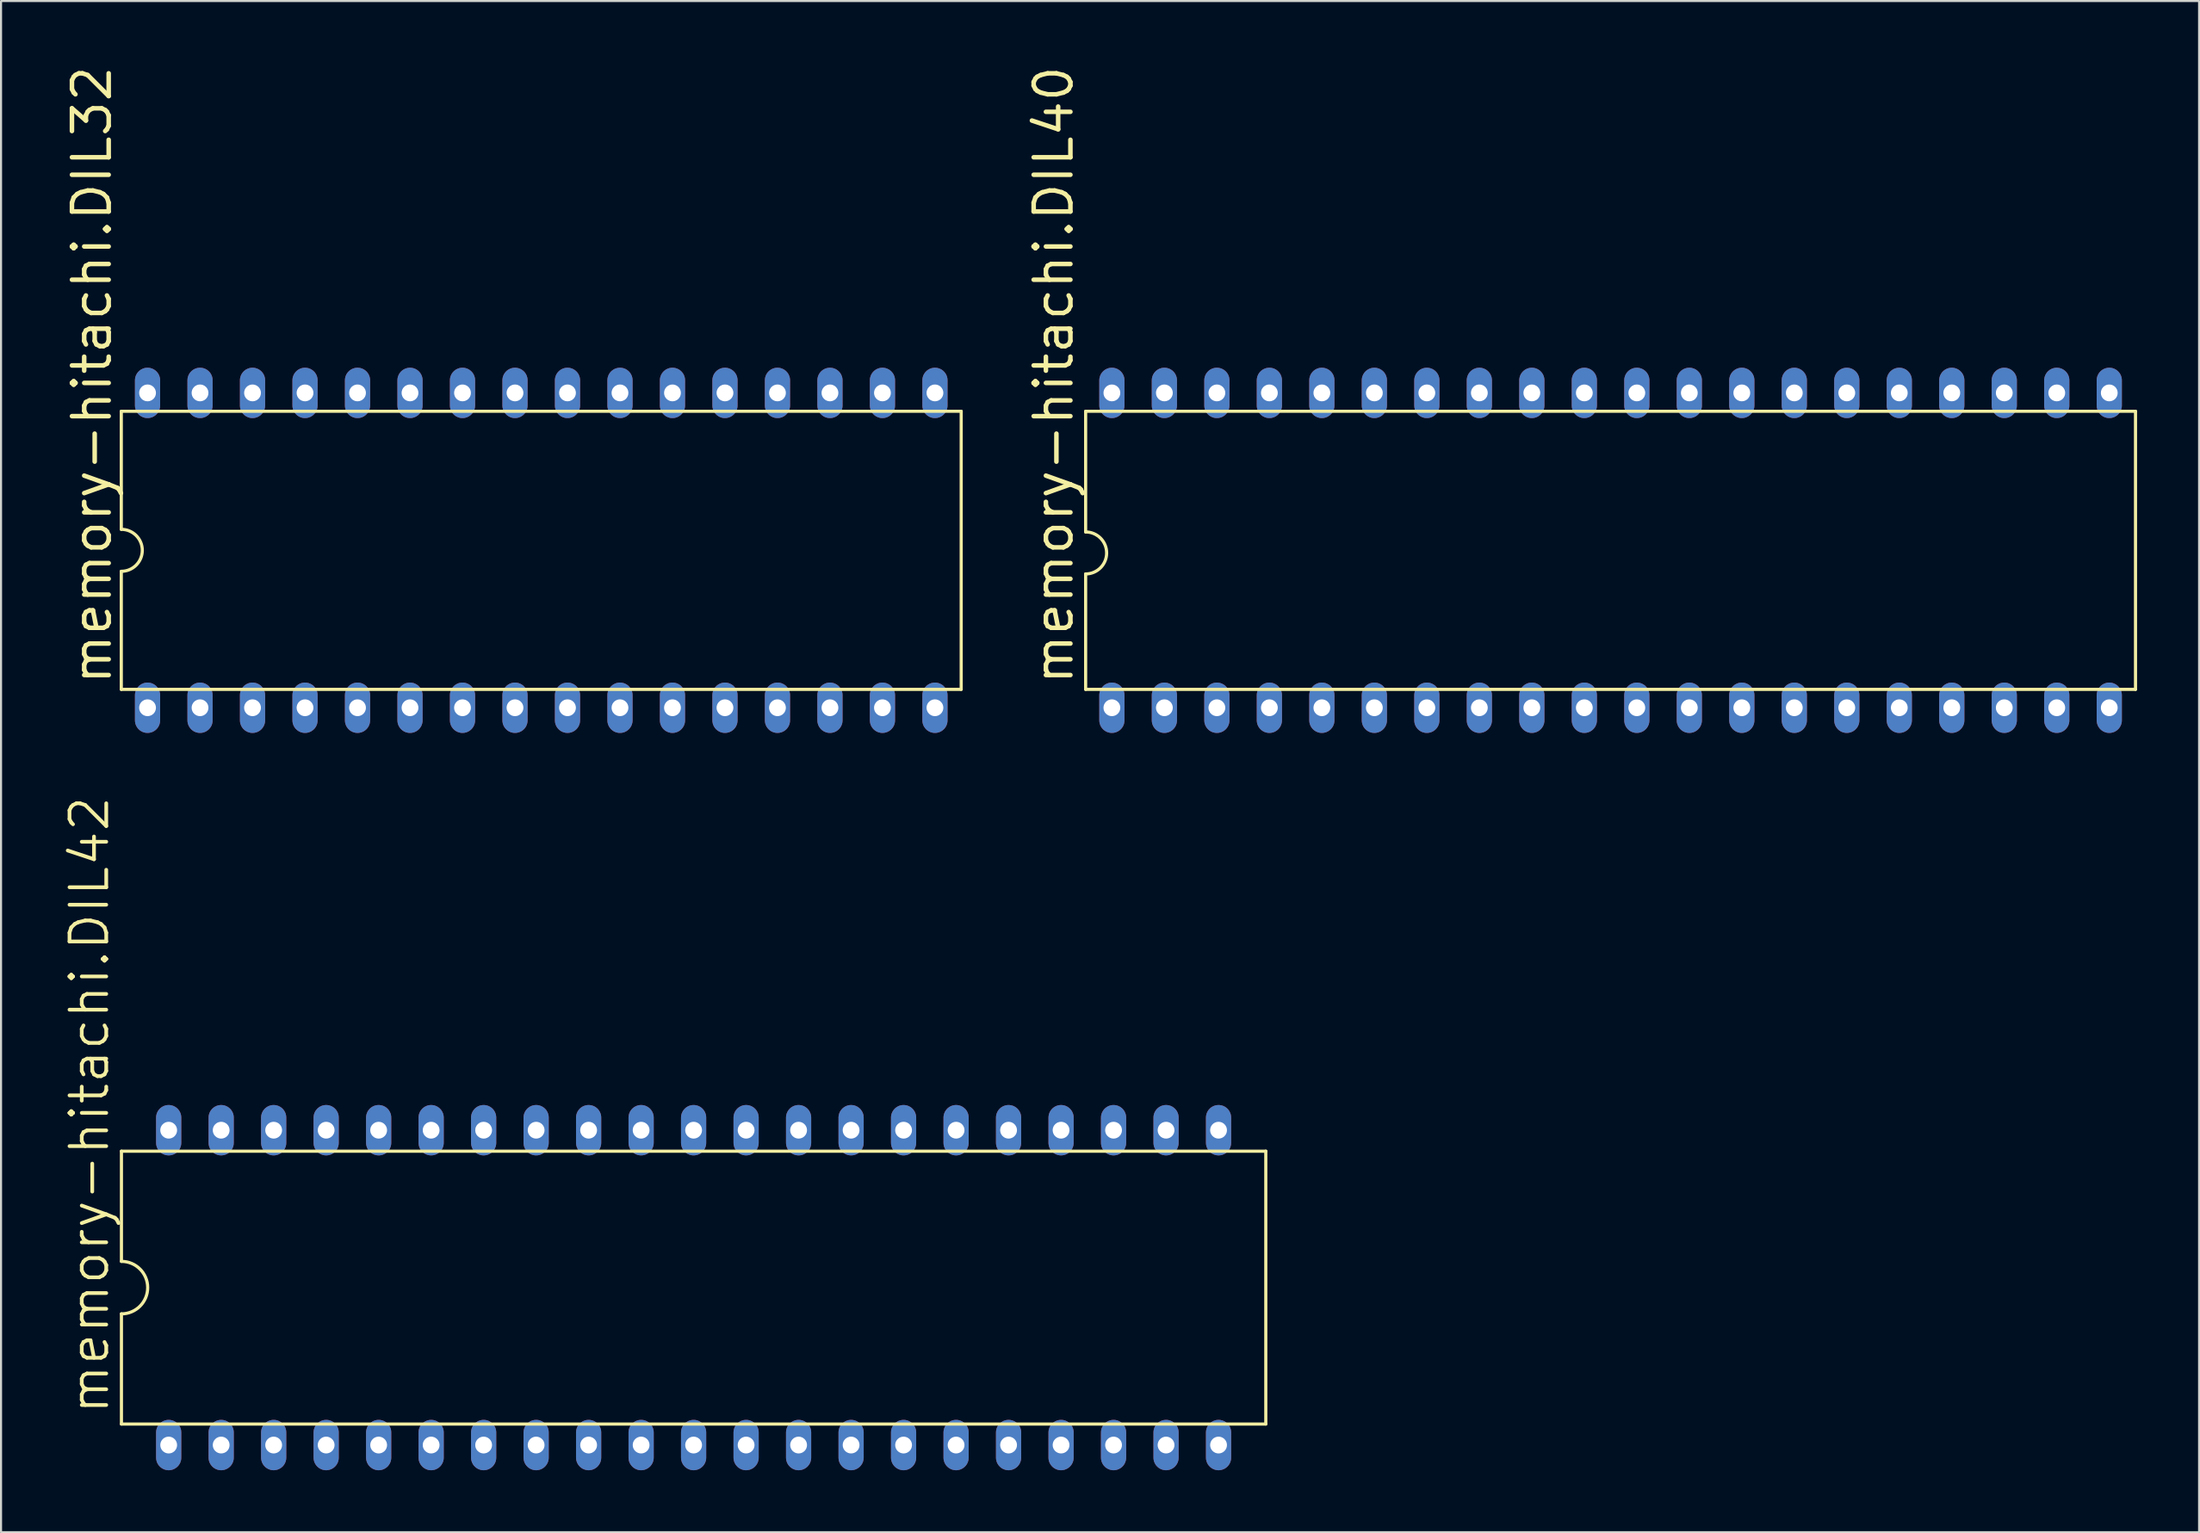
<source format=kicad_pcb>
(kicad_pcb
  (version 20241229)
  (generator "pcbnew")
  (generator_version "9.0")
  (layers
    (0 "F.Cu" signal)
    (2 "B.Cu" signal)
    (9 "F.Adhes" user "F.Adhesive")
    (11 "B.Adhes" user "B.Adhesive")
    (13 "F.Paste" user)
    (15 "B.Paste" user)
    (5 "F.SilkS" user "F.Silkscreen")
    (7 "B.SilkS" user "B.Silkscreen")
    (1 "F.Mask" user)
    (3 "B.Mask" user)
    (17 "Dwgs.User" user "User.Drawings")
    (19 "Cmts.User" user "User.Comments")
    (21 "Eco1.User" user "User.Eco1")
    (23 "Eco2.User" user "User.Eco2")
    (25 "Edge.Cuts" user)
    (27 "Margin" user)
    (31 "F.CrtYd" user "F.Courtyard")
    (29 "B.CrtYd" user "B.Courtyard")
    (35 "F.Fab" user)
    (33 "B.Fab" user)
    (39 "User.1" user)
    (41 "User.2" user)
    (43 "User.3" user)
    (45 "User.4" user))
  (footprint "memory-hitachi.DIL42"
    (layer "F.Cu")
    (at 30.512 59.276)
    (property "Reference" "memory-hitachi.DIL42" (at -28.194 6.223 90) (layer "F.SilkS") (effects (font (size 1.778 1.778) (thickness 0.18)) (justify left bottom)))
    (attr through_hole)
    (fp_line (start -27.686 -6.604) (end -27.686 -1.27) (stroke (width 0.152) (type default)) (layer "F.SilkS"))
    (fp_line (start -27.686 -6.604) (end 27.686 -6.604) (stroke (width 0.152) (type default)) (layer "F.SilkS"))
    (fp_line (start -27.686 1.27) (end -27.686 6.604) (stroke (width 0.152) (type default)) (layer "F.SilkS"))
    (fp_line (start -27.686 6.604) (end 27.686 6.604) (stroke (width 0.152) (type default)) (layer "F.SilkS"))
    (fp_line (start 27.686 6.604) (end 27.686 -6.604) (stroke (width 0.152) (type default)) (layer "F.SilkS"))
    (fp_arc (start -27.686 -1.27) (mid -26.416 0) (end -27.686 1.27) (stroke (width 0.1524) (type default)) (layer "F.SilkS"))
    (pad "1" thru_hole oval (at -25.4 7.62 90) (size 2.438 1.219) (drill 0.813) (layers "*.Cu" "*.Mask"))
    (pad "2" thru_hole oval (at -22.86 7.62 90) (size 2.438 1.219) (drill 0.813) (layers "*.Cu" "*.Mask"))
    (pad "3" thru_hole oval (at -20.32 7.62 90) (size 2.438 1.219) (drill 0.813) (layers "*.Cu" "*.Mask"))
    (pad "4" thru_hole oval (at -17.78 7.62 90) (size 2.438 1.219) (drill 0.813) (layers "*.Cu" "*.Mask"))
    (pad "5" thru_hole oval (at -15.24 7.62 90) (size 2.438 1.219) (drill 0.813) (layers "*.Cu" "*.Mask"))
    (pad "6" thru_hole oval (at -12.7 7.62 90) (size 2.438 1.219) (drill 0.813) (layers "*.Cu" "*.Mask"))
    (pad "7" thru_hole oval (at -10.16 7.62 90) (size 2.438 1.219) (drill 0.813) (layers "*.Cu" "*.Mask"))
    (pad "8" thru_hole oval (at -7.62 7.62 90) (size 2.438 1.219) (drill 0.813) (layers "*.Cu" "*.Mask"))
    (pad "9" thru_hole oval (at -5.08 7.62 90) (size 2.438 1.219) (drill 0.813) (layers "*.Cu" "*.Mask"))
    (pad "10" thru_hole oval (at -2.54 7.62 90) (size 2.438 1.219) (drill 0.813) (layers "*.Cu" "*.Mask"))
    (pad "11" thru_hole oval (at 0 7.62 90) (size 2.438 1.219) (drill 0.813) (layers "*.Cu" "*.Mask"))
    (pad "12" thru_hole oval (at 2.54 7.62 90) (size 2.438 1.219) (drill 0.813) (layers "*.Cu" "*.Mask"))
    (pad "13" thru_hole oval (at 5.08 7.62 90) (size 2.438 1.219) (drill 0.813) (layers "*.Cu" "*.Mask"))
    (pad "14" thru_hole oval (at 7.62 7.62 90) (size 2.438 1.219) (drill 0.813) (layers "*.Cu" "*.Mask"))
    (pad "15" thru_hole oval (at 10.16 7.62 90) (size 2.438 1.219) (drill 0.813) (layers "*.Cu" "*.Mask"))
    (pad "16" thru_hole oval (at 12.7 7.62 90) (size 2.438 1.219) (drill 0.813) (layers "*.Cu" "*.Mask"))
    (pad "17" thru_hole oval (at 15.24 7.62 90) (size 2.438 1.219) (drill 0.813) (layers "*.Cu" "*.Mask"))
    (pad "18" thru_hole oval (at 17.78 7.62 90) (size 2.438 1.219) (drill 0.813) (layers "*.Cu" "*.Mask"))
    (pad "19" thru_hole oval (at 20.32 7.62 90) (size 2.438 1.219) (drill 0.813) (layers "*.Cu" "*.Mask"))
    (pad "20" thru_hole oval (at 22.86 7.62 90) (size 2.438 1.219) (drill 0.813) (layers "*.Cu" "*.Mask"))
    (pad "21" thru_hole oval (at 25.4 7.62 90) (size 2.438 1.219) (drill 0.813) (layers "*.Cu" "*.Mask"))
    (pad "22" thru_hole oval (at 25.4 -7.62 90) (size 2.438 1.219) (drill 0.813) (layers "*.Cu" "*.Mask"))
    (pad "23" thru_hole oval (at 22.86 -7.62 90) (size 2.438 1.219) (drill 0.813) (layers "*.Cu" "*.Mask"))
    (pad "24" thru_hole oval (at 20.32 -7.62 90) (size 2.438 1.219) (drill 0.813) (layers "*.Cu" "*.Mask"))
    (pad "25" thru_hole oval (at 17.78 -7.62 90) (size 2.438 1.219) (drill 0.813) (layers "*.Cu" "*.Mask"))
    (pad "26" thru_hole oval (at 15.24 -7.62 90) (size 2.438 1.219) (drill 0.813) (layers "*.Cu" "*.Mask"))
    (pad "27" thru_hole oval (at 12.7 -7.62 90) (size 2.438 1.219) (drill 0.813) (layers "*.Cu" "*.Mask"))
    (pad "28" thru_hole oval (at 10.16 -7.62 90) (size 2.438 1.219) (drill 0.813) (layers "*.Cu" "*.Mask"))
    (pad "29" thru_hole oval (at 7.62 -7.62 90) (size 2.438 1.219) (drill 0.813) (layers "*.Cu" "*.Mask"))
    (pad "30" thru_hole oval (at 5.08 -7.62 90) (size 2.438 1.219) (drill 0.813) (layers "*.Cu" "*.Mask"))
    (pad "31" thru_hole oval (at 2.54 -7.62 90) (size 2.438 1.219) (drill 0.813) (layers "*.Cu" "*.Mask"))
    (pad "32" thru_hole oval (at 0 -7.62 90) (size 2.438 1.219) (drill 0.813) (layers "*.Cu" "*.Mask"))
    (pad "33" thru_hole oval (at -2.54 -7.62 90) (size 2.438 1.219) (drill 0.813) (layers "*.Cu" "*.Mask"))
    (pad "34" thru_hole oval (at -5.08 -7.62 90) (size 2.438 1.219) (drill 0.813) (layers "*.Cu" "*.Mask"))
    (pad "35" thru_hole oval (at -7.62 -7.62 90) (size 2.438 1.219) (drill 0.813) (layers "*.Cu" "*.Mask"))
    (pad "36" thru_hole oval (at -10.16 -7.62 90) (size 2.438 1.219) (drill 0.813) (layers "*.Cu" "*.Mask"))
    (pad "37" thru_hole oval (at -12.7 -7.62 90) (size 2.438 1.219) (drill 0.813) (layers "*.Cu" "*.Mask"))
    (pad "38" thru_hole oval (at -15.24 -7.62 90) (size 2.438 1.219) (drill 0.813) (layers "*.Cu" "*.Mask"))
    (pad "39" thru_hole oval (at -17.78 -7.62 90) (size 2.438 1.219) (drill 0.813) (layers "*.Cu" "*.Mask"))
    (pad "40" thru_hole oval (at -20.32 -7.62 90) (size 2.438 1.219) (drill 0.813) (layers "*.Cu" "*.Mask"))
    (pad "41" thru_hole oval (at -22.86 -7.62 90) (size 2.438 1.219) (drill 0.813) (layers "*.Cu" "*.Mask"))
    (pad "42" thru_hole oval (at -25.4 -7.62 90) (size 2.438 1.219) (drill 0.813) (layers "*.Cu" "*.Mask")))
  (footprint "memory-hitachi.DIL40"
    (layer "F.Cu")
    (at 74.881 23.588)
    (property "Reference" "memory-hitachi.DIL40" (at -25.908 6.604 90) (layer "F.SilkS") (effects (font (size 1.778 1.778) (thickness 0.22)) (justify left bottom)))
    (attr through_hole)
    (fp_line (start -25.4 -6.731) (end -25.4 -0.889) (stroke (width 0.152) (type default)) (layer "F.SilkS"))
    (fp_line (start -25.4 6.731) (end -25.4 1.143) (stroke (width 0.152) (type default)) (layer "F.SilkS"))
    (fp_line (start -25.4 6.731) (end 25.4 6.731) (stroke (width 0.152) (type default)) (layer "F.SilkS"))
    (fp_line (start 25.4 -6.731) (end -25.4 -6.731) (stroke (width 0.152) (type default)) (layer "F.SilkS"))
    (fp_line (start 25.4 -6.731) (end 25.4 6.731) (stroke (width 0.152) (type default)) (layer "F.SilkS"))
    (fp_arc (start -25.4 -0.889) (mid -24.384 0.127) (end -25.4 1.143) (stroke (width 0.1524) (type default)) (layer "F.SilkS"))
    (pad "1" thru_hole oval (at -24.13 7.62 90) (size 2.438 1.219) (drill 0.813) (layers "*.Cu" "*.Mask"))
    (pad "2" thru_hole oval (at -21.59 7.62 90) (size 2.438 1.219) (drill 0.813) (layers "*.Cu" "*.Mask"))
    (pad "3" thru_hole oval (at -19.05 7.62 90) (size 2.438 1.219) (drill 0.813) (layers "*.Cu" "*.Mask"))
    (pad "4" thru_hole oval (at -16.51 7.62 90) (size 2.438 1.219) (drill 0.813) (layers "*.Cu" "*.Mask"))
    (pad "5" thru_hole oval (at -13.97 7.62 90) (size 2.438 1.219) (drill 0.813) (layers "*.Cu" "*.Mask"))
    (pad "6" thru_hole oval (at -11.43 7.62 90) (size 2.438 1.219) (drill 0.813) (layers "*.Cu" "*.Mask"))
    (pad "7" thru_hole oval (at -8.89 7.62 90) (size 2.438 1.219) (drill 0.813) (layers "*.Cu" "*.Mask"))
    (pad "8" thru_hole oval (at -6.35 7.62 90) (size 2.438 1.219) (drill 0.813) (layers "*.Cu" "*.Mask"))
    (pad "9" thru_hole oval (at -3.81 7.62 90) (size 2.438 1.219) (drill 0.813) (layers "*.Cu" "*.Mask"))
    (pad "10" thru_hole oval (at -1.27 7.62 90) (size 2.438 1.219) (drill 0.813) (layers "*.Cu" "*.Mask"))
    (pad "11" thru_hole oval (at 1.27 7.62 90) (size 2.438 1.219) (drill 0.813) (layers "*.Cu" "*.Mask"))
    (pad "12" thru_hole oval (at 3.81 7.62 90) (size 2.438 1.219) (drill 0.813) (layers "*.Cu" "*.Mask"))
    (pad "13" thru_hole oval (at 6.35 7.62 90) (size 2.438 1.219) (drill 0.813) (layers "*.Cu" "*.Mask"))
    (pad "14" thru_hole oval (at 8.89 7.62 90) (size 2.438 1.219) (drill 0.813) (layers "*.Cu" "*.Mask"))
    (pad "15" thru_hole oval (at 11.43 7.62 90) (size 2.438 1.219) (drill 0.813) (layers "*.Cu" "*.Mask"))
    (pad "16" thru_hole oval (at 13.97 7.62 90) (size 2.438 1.219) (drill 0.813) (layers "*.Cu" "*.Mask"))
    (pad "17" thru_hole oval (at 16.51 7.62 90) (size 2.438 1.219) (drill 0.813) (layers "*.Cu" "*.Mask"))
    (pad "18" thru_hole oval (at 19.05 7.62 90) (size 2.438 1.219) (drill 0.813) (layers "*.Cu" "*.Mask"))
    (pad "19" thru_hole oval (at 21.59 7.62 90) (size 2.438 1.219) (drill 0.813) (layers "*.Cu" "*.Mask"))
    (pad "20" thru_hole oval (at 24.13 7.62 90) (size 2.438 1.219) (drill 0.813) (layers "*.Cu" "*.Mask"))
    (pad "21" thru_hole oval (at 24.13 -7.62 90) (size 2.438 1.219) (drill 0.813) (layers "*.Cu" "*.Mask"))
    (pad "22" thru_hole oval (at 21.59 -7.62 90) (size 2.438 1.219) (drill 0.813) (layers "*.Cu" "*.Mask"))
    (pad "23" thru_hole oval (at 19.05 -7.62 90) (size 2.438 1.219) (drill 0.813) (layers "*.Cu" "*.Mask"))
    (pad "24" thru_hole oval (at 16.51 -7.62 90) (size 2.438 1.219) (drill 0.813) (layers "*.Cu" "*.Mask"))
    (pad "25" thru_hole oval (at 13.97 -7.62 90) (size 2.438 1.219) (drill 0.813) (layers "*.Cu" "*.Mask"))
    (pad "26" thru_hole oval (at 11.43 -7.62 90) (size 2.438 1.219) (drill 0.813) (layers "*.Cu" "*.Mask"))
    (pad "27" thru_hole oval (at 8.89 -7.62 90) (size 2.438 1.219) (drill 0.813) (layers "*.Cu" "*.Mask"))
    (pad "28" thru_hole oval (at 6.35 -7.62 90) (size 2.438 1.219) (drill 0.813) (layers "*.Cu" "*.Mask"))
    (pad "29" thru_hole oval (at 3.81 -7.62 90) (size 2.438 1.219) (drill 0.813) (layers "*.Cu" "*.Mask"))
    (pad "30" thru_hole oval (at 1.27 -7.62 90) (size 2.438 1.219) (drill 0.813) (layers "*.Cu" "*.Mask"))
    (pad "31" thru_hole oval (at -1.27 -7.62 90) (size 2.438 1.219) (drill 0.813) (layers "*.Cu" "*.Mask"))
    (pad "32" thru_hole oval (at -3.81 -7.62 90) (size 2.438 1.219) (drill 0.813) (layers "*.Cu" "*.Mask"))
    (pad "33" thru_hole oval (at -6.35 -7.62 90) (size 2.438 1.219) (drill 0.813) (layers "*.Cu" "*.Mask"))
    (pad "34" thru_hole oval (at -8.89 -7.62 90) (size 2.438 1.219) (drill 0.813) (layers "*.Cu" "*.Mask"))
    (pad "35" thru_hole oval (at -11.43 -7.62 90) (size 2.438 1.219) (drill 0.813) (layers "*.Cu" "*.Mask"))
    (pad "36" thru_hole oval (at -13.97 -7.62 90) (size 2.438 1.219) (drill 0.813) (layers "*.Cu" "*.Mask"))
    (pad "37" thru_hole oval (at -16.51 -7.62 90) (size 2.438 1.219) (drill 0.813) (layers "*.Cu" "*.Mask"))
    (pad "38" thru_hole oval (at -19.05 -7.62 90) (size 2.438 1.219) (drill 0.813) (layers "*.Cu" "*.Mask"))
    (pad "39" thru_hole oval (at -21.59 -7.62 90) (size 2.438 1.219) (drill 0.813) (layers "*.Cu" "*.Mask"))
    (pad "40" thru_hole oval (at -24.13 -7.62 90) (size 2.438 1.219) (drill 0.813) (layers "*.Cu" "*.Mask")))
  (footprint "memory-hitachi.DIL32"
    (layer "F.Cu")
    (at 23.139 23.588)
    (property "Reference" "memory-hitachi.DIL32" (at -20.701 6.604 90) (layer "F.SilkS") (effects (font (size 1.778 1.778) (thickness 0.22)) (justify left bottom)))
    (attr through_hole)
    (fp_line (start -20.32 -6.731) (end -20.32 -1.016) (stroke (width 0.152) (type default)) (layer "F.SilkS"))
    (fp_line (start -20.32 6.731) (end -20.32 1.016) (stroke (width 0.152) (type default)) (layer "F.SilkS"))
    (fp_line (start -20.32 6.731) (end 20.32 6.731) (stroke (width 0.152) (type default)) (layer "F.SilkS"))
    (fp_line (start 20.32 -6.731) (end -20.32 -6.731) (stroke (width 0.152) (type default)) (layer "F.SilkS"))
    (fp_line (start 20.32 -6.731) (end 20.32 6.731) (stroke (width 0.152) (type default)) (layer "F.SilkS"))
    (fp_arc (start -20.32 -1.016) (mid -19.304 0) (end -20.32 1.016) (stroke (width 0.1524) (type default)) (layer "F.SilkS"))
    (pad "1" thru_hole oval (at -19.05 7.62 90) (size 2.438 1.219) (drill 0.813) (layers "*.Cu" "*.Mask"))
    (pad "2" thru_hole oval (at -16.51 7.62 90) (size 2.438 1.219) (drill 0.813) (layers "*.Cu" "*.Mask"))
    (pad "3" thru_hole oval (at -13.97 7.62 90) (size 2.438 1.219) (drill 0.813) (layers "*.Cu" "*.Mask"))
    (pad "4" thru_hole oval (at -11.43 7.62 90) (size 2.438 1.219) (drill 0.813) (layers "*.Cu" "*.Mask"))
    (pad "5" thru_hole oval (at -8.89 7.62 90) (size 2.438 1.219) (drill 0.813) (layers "*.Cu" "*.Mask"))
    (pad "6" thru_hole oval (at -6.35 7.62 90) (size 2.438 1.219) (drill 0.813) (layers "*.Cu" "*.Mask"))
    (pad "7" thru_hole oval (at -3.81 7.62 90) (size 2.438 1.219) (drill 0.813) (layers "*.Cu" "*.Mask"))
    (pad "8" thru_hole oval (at -1.27 7.62 90) (size 2.438 1.219) (drill 0.813) (layers "*.Cu" "*.Mask"))
    (pad "9" thru_hole oval (at 1.27 7.62 90) (size 2.438 1.219) (drill 0.813) (layers "*.Cu" "*.Mask"))
    (pad "10" thru_hole oval (at 3.81 7.62 90) (size 2.438 1.219) (drill 0.813) (layers "*.Cu" "*.Mask"))
    (pad "11" thru_hole oval (at 6.35 7.62 90) (size 2.438 1.219) (drill 0.813) (layers "*.Cu" "*.Mask"))
    (pad "12" thru_hole oval (at 8.89 7.62 90) (size 2.438 1.219) (drill 0.813) (layers "*.Cu" "*.Mask"))
    (pad "13" thru_hole oval (at 11.43 7.62 90) (size 2.438 1.219) (drill 0.813) (layers "*.Cu" "*.Mask"))
    (pad "14" thru_hole oval (at 13.97 7.62 90) (size 2.438 1.219) (drill 0.813) (layers "*.Cu" "*.Mask"))
    (pad "15" thru_hole oval (at 16.51 7.62 90) (size 2.438 1.219) (drill 0.813) (layers "*.Cu" "*.Mask"))
    (pad "16" thru_hole oval (at 19.05 7.62 90) (size 2.438 1.219) (drill 0.813) (layers "*.Cu" "*.Mask"))
    (pad "17" thru_hole oval (at 19.05 -7.62 90) (size 2.438 1.219) (drill 0.813) (layers "*.Cu" "*.Mask"))
    (pad "18" thru_hole oval (at 16.51 -7.62 90) (size 2.438 1.219) (drill 0.813) (layers "*.Cu" "*.Mask"))
    (pad "19" thru_hole oval (at 13.97 -7.62 90) (size 2.438 1.219) (drill 0.813) (layers "*.Cu" "*.Mask"))
    (pad "20" thru_hole oval (at 11.43 -7.62 90) (size 2.438 1.219) (drill 0.813) (layers "*.Cu" "*.Mask"))
    (pad "21" thru_hole oval (at 8.89 -7.62 90) (size 2.438 1.219) (drill 0.813) (layers "*.Cu" "*.Mask"))
    (pad "22" thru_hole oval (at 6.35 -7.62 90) (size 2.438 1.219) (drill 0.813) (layers "*.Cu" "*.Mask"))
    (pad "23" thru_hole oval (at 3.81 -7.62 90) (size 2.438 1.219) (drill 0.813) (layers "*.Cu" "*.Mask"))
    (pad "24" thru_hole oval (at 1.27 -7.62 90) (size 2.438 1.219) (drill 0.813) (layers "*.Cu" "*.Mask"))
    (pad "25" thru_hole oval (at -1.27 -7.62 90) (size 2.438 1.219) (drill 0.813) (layers "*.Cu" "*.Mask"))
    (pad "26" thru_hole oval (at -3.81 -7.62 90) (size 2.438 1.219) (drill 0.813) (layers "*.Cu" "*.Mask"))
    (pad "27" thru_hole oval (at -6.35 -7.62 90) (size 2.438 1.219) (drill 0.813) (layers "*.Cu" "*.Mask"))
    (pad "28" thru_hole oval (at -8.89 -7.62 90) (size 2.438 1.219) (drill 0.813) (layers "*.Cu" "*.Mask"))
    (pad "29" thru_hole oval (at -11.43 -7.62 90) (size 2.438 1.219) (drill 0.813) (layers "*.Cu" "*.Mask"))
    (pad "30" thru_hole oval (at -13.97 -7.62 90) (size 2.438 1.219) (drill 0.813) (layers "*.Cu" "*.Mask"))
    (pad "31" thru_hole oval (at -16.51 -7.62 90) (size 2.438 1.219) (drill 0.813) (layers "*.Cu" "*.Mask"))
    (pad "32" thru_hole oval (at -19.05 -7.62 90) (size 2.438 1.219) (drill 0.813) (layers "*.Cu" "*.Mask")))
  (gr_rect
    (start -3 -3)
    (end 103.357 71.115)
    (stroke (width 0.1) (type default))
    (fill no)
    (layer "Edge.Cuts")))
</source>
